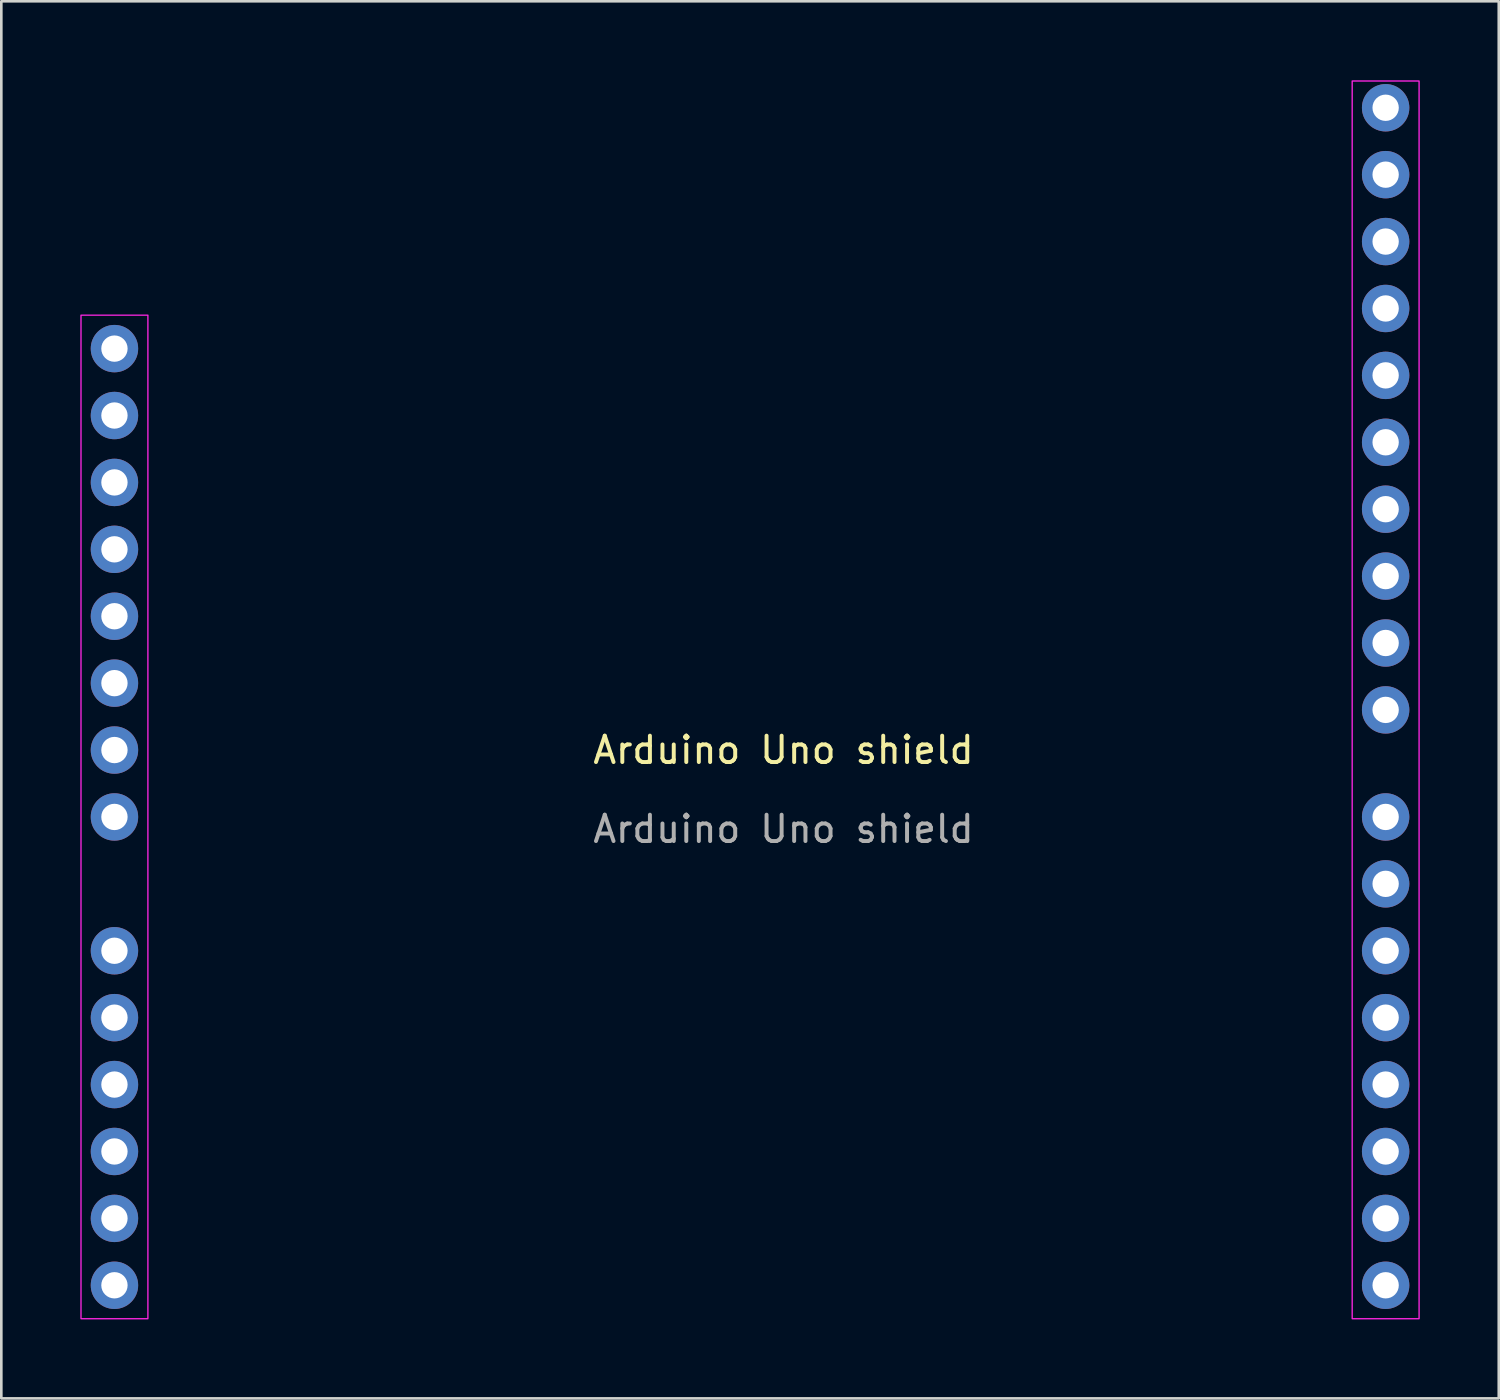
<source format=kicad_pcb>
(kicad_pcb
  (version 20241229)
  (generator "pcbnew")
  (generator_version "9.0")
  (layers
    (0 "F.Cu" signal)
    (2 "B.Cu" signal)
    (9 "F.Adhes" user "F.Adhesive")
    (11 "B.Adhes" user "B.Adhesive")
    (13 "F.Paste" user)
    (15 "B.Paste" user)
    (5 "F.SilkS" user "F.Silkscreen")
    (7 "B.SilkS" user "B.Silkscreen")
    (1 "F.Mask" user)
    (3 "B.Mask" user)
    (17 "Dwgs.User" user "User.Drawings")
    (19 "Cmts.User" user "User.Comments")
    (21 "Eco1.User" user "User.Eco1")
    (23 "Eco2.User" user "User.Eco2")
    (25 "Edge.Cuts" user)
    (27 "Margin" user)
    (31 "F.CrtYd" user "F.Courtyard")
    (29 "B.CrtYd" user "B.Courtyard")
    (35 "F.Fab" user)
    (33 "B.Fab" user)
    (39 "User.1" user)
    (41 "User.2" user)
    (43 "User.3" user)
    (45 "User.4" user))
  (footprint "Arduino Uno shield"
    (layer "F.Cu")
    (at 25.425 27.965)
    (property "Reference" "Arduino Uno shield" (at 1.27 -2.54 0) (unlocked yes) (layer "F.SilkS") (effects (font (size 1 1) (thickness 0.15))))
    (attr through_hole)
    (fp_rect (start -25.4 -19.05) (end -22.86 19.05) (stroke (width 0.05) (type default)) (fill no) (layer "F.CrtYd"))
    (fp_rect (start 22.86 -27.94) (end 25.4 19.05) (stroke (width 0.05) (type default)) (fill no) (layer "F.CrtYd"))
    (fp_text user "${REFERENCE}" (at 1.27 0.46 0) (unlocked yes) (layer "F.Fab") (effects (font (size 1 1) (thickness 0.15))))
    (pad "1" thru_hole circle (at -24.13 -17.78 270) (size 1.8 1.8) (drill 1) (layers "*.Cu" "*.Mask"))
    (pad "2" thru_hole circle (at -24.13 -15.24 270) (size 1.8 1.8) (drill 1) (layers "*.Cu" "*.Mask"))
    (pad "3" thru_hole circle (at -24.13 -12.7 270) (size 1.8 1.8) (drill 1) (layers "*.Cu" "*.Mask"))
    (pad "4" thru_hole circle (at -24.13 -10.16 270) (size 1.8 1.8) (drill 1) (layers "*.Cu" "*.Mask"))
    (pad "5" thru_hole circle (at -24.13 -7.62 270) (size 1.8 1.8) (drill 1) (layers "*.Cu" "*.Mask"))
    (pad "6" thru_hole circle (at -24.13 -5.08 270) (size 1.8 1.8) (drill 1) (layers "*.Cu" "*.Mask"))
    (pad "7" thru_hole circle (at -24.13 -2.54 270) (size 1.8 1.8) (drill 1) (layers "*.Cu" "*.Mask"))
    (pad "8" thru_hole circle (at -24.13 0 270) (size 1.8 1.8) (drill 1) (layers "*.Cu" "*.Mask"))
    (pad "9" thru_hole circle (at -24.13 5.08 270) (size 1.8 1.8) (drill 1) (layers "*.Cu" "*.Mask"))
    (pad "10" thru_hole circle (at -24.13 7.62 270) (size 1.8 1.8) (drill 1) (layers "*.Cu" "*.Mask"))
    (pad "11" thru_hole circle (at -24.13 10.16 270) (size 1.8 1.8) (drill 1) (layers "*.Cu" "*.Mask"))
    (pad "12" thru_hole circle (at -24.13 12.7 270) (size 1.8 1.8) (drill 1) (layers "*.Cu" "*.Mask"))
    (pad "13" thru_hole circle (at -24.13 15.24 270) (size 1.8 1.8) (drill 1) (layers "*.Cu" "*.Mask"))
    (pad "14" thru_hole circle (at -24.13 17.78 270) (size 1.8 1.8) (drill 1) (layers "*.Cu" "*.Mask"))
    (pad "15" thru_hole circle (at 24.13 17.78 270) (size 1.8 1.8) (drill 1) (layers "*.Cu" "*.Mask"))
    (pad "16" thru_hole circle (at 24.13 15.24 270) (size 1.8 1.8) (drill 1) (layers "*.Cu" "*.Mask"))
    (pad "17" thru_hole circle (at 24.13 12.7 270) (size 1.8 1.8) (drill 1) (layers "*.Cu" "*.Mask"))
    (pad "18" thru_hole circle (at 24.13 10.16 270) (size 1.8 1.8) (drill 1) (layers "*.Cu" "*.Mask"))
    (pad "19" thru_hole circle (at 24.13 7.62 270) (size 1.8 1.8) (drill 1) (layers "*.Cu" "*.Mask"))
    (pad "20" thru_hole circle (at 24.13 5.08 270) (size 1.8 1.8) (drill 1) (layers "*.Cu" "*.Mask"))
    (pad "21" thru_hole circle (at 24.13 2.54 270) (size 1.8 1.8) (drill 1) (layers "*.Cu" "*.Mask"))
    (pad "22" thru_hole circle (at 24.13 0 270) (size 1.8 1.8) (drill 1) (layers "*.Cu" "*.Mask"))
    (pad "23" thru_hole circle (at 24.13 -4.064 270) (size 1.8 1.8) (drill 1) (layers "*.Cu" "*.Mask"))
    (pad "24" thru_hole circle (at 24.13 -6.604 270) (size 1.8 1.8) (drill 1) (layers "*.Cu" "*.Mask"))
    (pad "25" thru_hole circle (at 24.13 -9.144 270) (size 1.8 1.8) (drill 1) (layers "*.Cu" "*.Mask"))
    (pad "26" thru_hole circle (at 24.13 -11.684 270) (size 1.8 1.8) (drill 1) (layers "*.Cu" "*.Mask"))
    (pad "27" thru_hole circle (at 24.13 -14.224 270) (size 1.8 1.8) (drill 1) (layers "*.Cu" "*.Mask"))
    (pad "28" thru_hole circle (at 24.13 -16.764 270) (size 1.8 1.8) (drill 1) (layers "*.Cu" "*.Mask"))
    (pad "29" thru_hole circle (at 24.13 -19.304 270) (size 1.8 1.8) (drill 1) (layers "*.Cu" "*.Mask"))
    (pad "30" thru_hole circle (at 24.13 -21.844 270) (size 1.8 1.8) (drill 1) (layers "*.Cu" "*.Mask"))
    (pad "31" thru_hole circle (at 24.13 -24.384 270) (size 1.8 1.8) (drill 1) (layers "*.Cu" "*.Mask"))
    (pad "32" thru_hole circle (at 24.13 -26.924 270) (size 1.8 1.8) (drill 1) (layers "*.Cu" "*.Mask")))
  (gr_rect
    (start -3 -3)
    (end 53.85 50.04)
    (stroke (width 0.1) (type default))
    (fill no)
    (layer "Edge.Cuts")))
</source>
